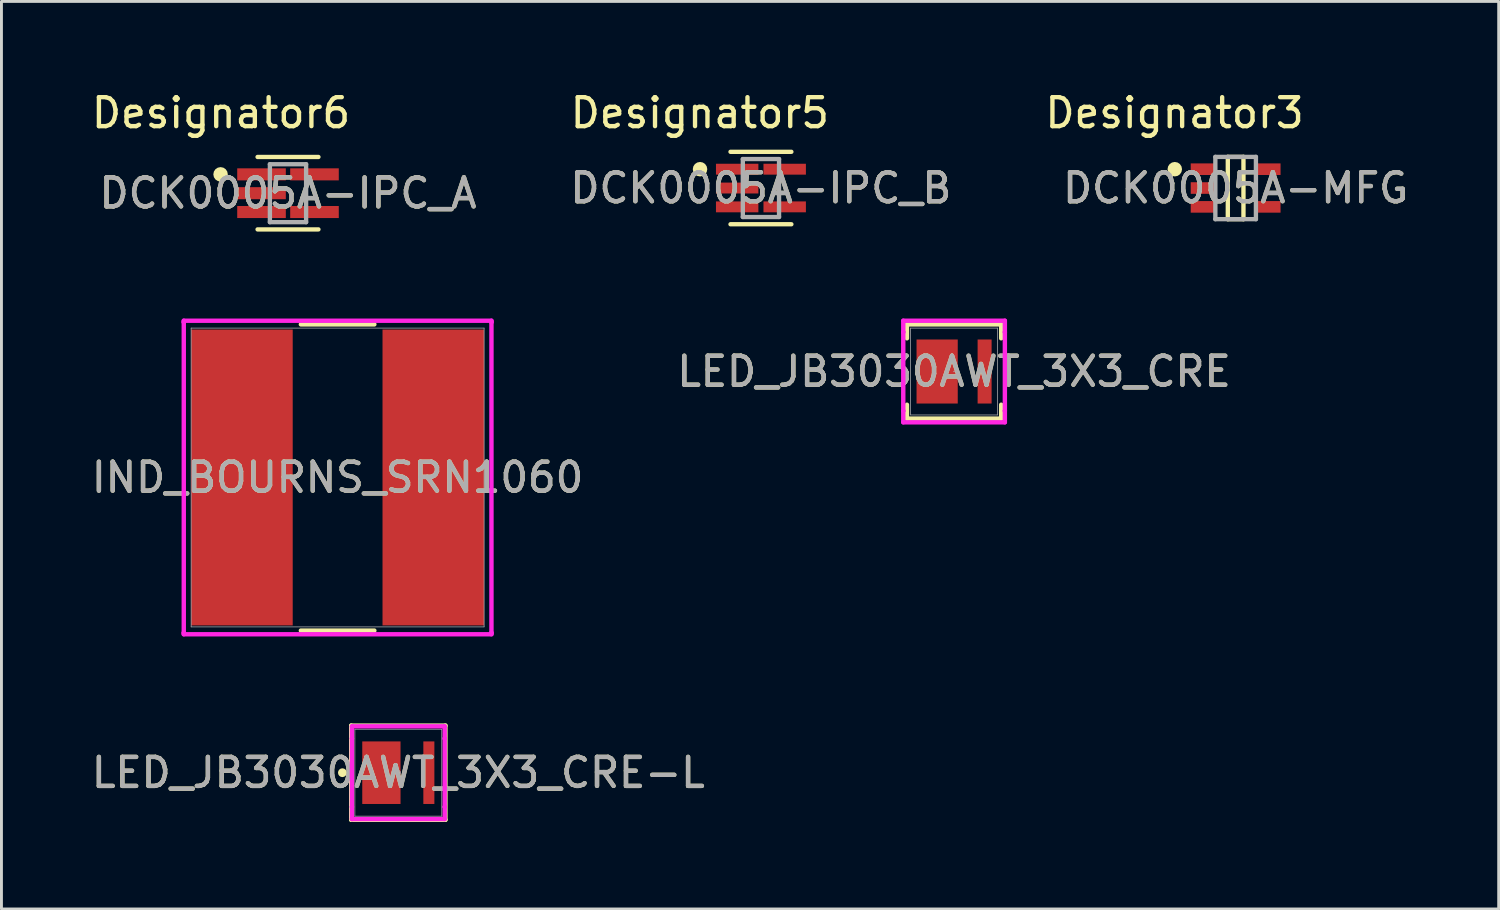
<source format=kicad_pcb>
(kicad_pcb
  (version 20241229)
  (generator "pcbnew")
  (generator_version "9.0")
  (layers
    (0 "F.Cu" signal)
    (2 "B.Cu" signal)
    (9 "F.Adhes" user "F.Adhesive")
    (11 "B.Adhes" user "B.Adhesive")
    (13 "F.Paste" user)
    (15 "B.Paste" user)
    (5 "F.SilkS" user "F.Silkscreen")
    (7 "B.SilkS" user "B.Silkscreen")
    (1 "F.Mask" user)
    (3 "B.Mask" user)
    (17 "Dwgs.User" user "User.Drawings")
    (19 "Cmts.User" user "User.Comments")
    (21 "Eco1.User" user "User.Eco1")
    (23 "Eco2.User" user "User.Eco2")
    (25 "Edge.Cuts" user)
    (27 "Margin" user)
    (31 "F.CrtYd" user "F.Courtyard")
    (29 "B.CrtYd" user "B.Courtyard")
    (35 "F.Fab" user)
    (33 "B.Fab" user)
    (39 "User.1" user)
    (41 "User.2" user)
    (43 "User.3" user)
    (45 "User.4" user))
  (footprint "DCK0005A-MFG"
    (layer "F.Cu")
    (at 39.592 3.439)
    (property "Reference" "DCK0005A-MFG" (at 0 0 0) (unlocked yes) (layer "F.SilkS") (effects (font (size 1 1) (thickness 0.15))))
    (attr smd)
    (fp_line (start -0.27 -1.075) (end 0.27 -1.075) (stroke (width 0.15) (type solid)) (layer "F.SilkS"))
    (fp_line (start -0.27 1.075) (end -0.27 -1.075) (stroke (width 0.15) (type solid)) (layer "F.SilkS"))
    (fp_line (start -0.27 1.075) (end 0.27 1.075) (stroke (width 0.15) (type solid)) (layer "F.SilkS"))
    (fp_line (start 0.27 1.075) (end 0.27 -1.075) (stroke (width 0.15) (type solid)) (layer "F.SilkS"))
    (fp_circle (center -2.1 -0.65) (end -1.975 -0.65) (stroke (width 0.25) (type solid)) (fill no) (layer "F.SilkS"))
    (fp_poly (pts (xy -1.475 0.475) (xy -0.725 0.475) (xy -0.675 0.525) (xy -0.675 0.775) (xy -0.725 0.825) (xy -1.475 0.825) (xy -1.525 0.775) (xy -1.525 0.525)) (stroke (width 0) (type solid)) (fill yes) (layer "F.Paste"))
    (fp_poly (pts (xy -0.675 -0.525) (xy -0.725 -0.475) (xy -1.475 -0.475) (xy -1.525 -0.525) (xy -1.525 -0.775) (xy -1.475 -0.825) (xy -0.725 -0.825) (xy -0.675 -0.775)) (stroke (width 0) (type solid)) (fill yes) (layer "F.Paste"))
    (fp_poly (pts (xy -0.675 -0.125) (xy -0.675 0.125) (xy -0.725 0.175) (xy -1.475 0.175) (xy -1.525 0.125) (xy -1.525 -0.125) (xy -1.475 -0.175) (xy -0.725 -0.175)) (stroke (width 0) (type solid)) (fill yes) (layer "F.Paste"))
    (fp_poly (pts (xy 1.475 -0.475) (xy 0.725 -0.475) (xy 0.675 -0.525) (xy 0.675 -0.775) (xy 0.725 -0.825) (xy 1.475 -0.825) (xy 1.525 -0.775) (xy 1.525 -0.525)) (stroke (width 0) (type solid)) (fill yes) (layer "F.Paste"))
    (fp_poly (pts (xy 1.475 0.475) (xy 1.525 0.525) (xy 1.525 0.775) (xy 1.475 0.825) (xy 0.725 0.825) (xy 0.675 0.775) (xy 0.675 0.525) (xy 0.725 0.475)) (stroke (width 0) (type solid)) (fill yes) (layer "F.Paste"))
    (fp_line (start -0.7 -1.075) (end 0.7 -1.075) (stroke (width 0.15) (type solid)) (layer "F.Fab"))
    (fp_line (start -0.7 1.075) (end -0.7 -1.075) (stroke (width 0.15) (type solid)) (layer "F.Fab"))
    (fp_line (start -0.7 1.075) (end 0.7 1.075) (stroke (width 0.15) (type solid)) (layer "F.Fab"))
    (fp_line (start 0.7 1.075) (end 0.7 -1.075) (stroke (width 0.15) (type solid)) (layer "F.Fab"))
    (fp_text user "Designator3" (at -2.108 -2.591 0) (unlocked yes) (layer "F.SilkS") (effects (font (size 1 1) (thickness 0.15))))
    (fp_text user "${REFERENCE}" (at 0 0 0) (unlocked yes) (layer "F.Fab") (effects (font (size 1 1) (thickness 0.15))))
    (pad "1" smd rect (at -1.1 -0.65) (size 0.9 0.4) (layers "F.Cu" "F.Mask"))
    (pad "2" smd rect (at -1.1 0) (size 0.9 0.4) (layers "F.Cu" "F.Mask"))
    (pad "3" smd rect (at -1.1 0.65) (size 0.9 0.4) (layers "F.Cu" "F.Mask"))
    (pad "4" smd rect (at 1.1 0.65) (size 0.9 0.4) (layers "F.Cu" "F.Mask"))
    (pad "5" smd rect (at 1.1 -0.65) (size 0.9 0.4) (layers "F.Cu" "F.Mask")))
  (footprint "LED_JB3030AWT_3X3_CRE-L"
    (layer "F.Cu")
    (at 10.696 23.616)
    (property "Reference" "LED_JB3030AWT_3X3_CRE-L" (at 0 0 0) (unlocked yes) (layer "F.SilkS") (effects (font (size 1 1) (thickness 0.15))))
    (attr smd)
    (fp_line (start -1.626 -1.626) (end -1.626 1.626) (stroke (width 0.152) (type solid)) (layer "F.SilkS"))
    (fp_line (start -1.626 1.626) (end 1.626 1.626) (stroke (width 0.152) (type solid)) (layer "F.SilkS"))
    (fp_line (start 1.626 -1.626) (end -1.626 -1.626) (stroke (width 0.152) (type solid)) (layer "F.SilkS"))
    (fp_line (start 1.626 1.626) (end 1.626 -1.626) (stroke (width 0.152) (type solid)) (layer "F.SilkS"))
    (fp_circle (center -1.93 0) (end -1.854 0) (stroke (width 0.152) (type solid)) (fill no) (layer "F.SilkS"))
    (fp_line (start -1.6 -1.6) (end 1.6 -1.6) (stroke (width 0.152) (type solid)) (layer "F.CrtYd"))
    (fp_line (start -1.6 -1.181) (end -1.6 -1.6) (stroke (width 0.152) (type solid)) (layer "F.CrtYd"))
    (fp_line (start -1.6 -1.181) (end -1.6 -1.181) (stroke (width 0.152) (type solid)) (layer "F.CrtYd"))
    (fp_line (start -1.6 1.181) (end -1.6 -1.181) (stroke (width 0.152) (type solid)) (layer "F.CrtYd"))
    (fp_line (start -1.6 1.181) (end -1.6 1.181) (stroke (width 0.152) (type solid)) (layer "F.CrtYd"))
    (fp_line (start -1.6 1.6) (end -1.6 1.181) (stroke (width 0.152) (type solid)) (layer "F.CrtYd"))
    (fp_line (start 1.6 -1.6) (end 1.6 -1.181) (stroke (width 0.152) (type solid)) (layer "F.CrtYd"))
    (fp_line (start 1.6 -1.181) (end 1.6 -1.181) (stroke (width 0.152) (type solid)) (layer "F.CrtYd"))
    (fp_line (start 1.6 -1.181) (end 1.6 1.181) (stroke (width 0.152) (type solid)) (layer "F.CrtYd"))
    (fp_line (start 1.6 1.181) (end 1.6 1.181) (stroke (width 0.152) (type solid)) (layer "F.CrtYd"))
    (fp_line (start 1.6 1.181) (end 1.6 1.6) (stroke (width 0.152) (type solid)) (layer "F.CrtYd"))
    (fp_line (start 1.6 1.6) (end -1.6 1.6) (stroke (width 0.152) (type solid)) (layer "F.CrtYd"))
    (fp_line (start -1.499 -1.499) (end -1.499 1.499) (stroke (width 0.025) (type solid)) (layer "F.Fab"))
    (fp_line (start -1.499 1.499) (end 1.499 1.499) (stroke (width 0.025) (type solid)) (layer "F.Fab"))
    (fp_line (start 1.499 -1.499) (end -1.499 -1.499) (stroke (width 0.025) (type solid)) (layer "F.Fab"))
    (fp_line (start 1.499 1.499) (end 1.499 -1.499) (stroke (width 0.025) (type solid)) (layer "F.Fab"))
    (fp_circle (center 0 0) (end 0.076 0) (stroke (width 0.025) (type solid)) (fill no) (layer "F.Fab"))
    (fp_text user "${REFERENCE}" (at 0 0 0) (unlocked yes) (layer "F.Fab") (effects (font (size 1 1) (thickness 0.15))))
    (pad "1" smd rect (at -0.584 0) (size 1.321 2.159) (layers "F.Cu" "F.Mask" "F.Paste"))
    (pad "2" smd rect (at 1.054 0) (size 0.381 2.159) (layers "F.Cu" "F.Mask" "F.Paste")))
  (footprint "DCK0005A-IPC_A"
    (layer "F.Cu")
    (at 6.889 3.617)
    (property "Reference" "DCK0005A-IPC_A" (at 0 0 0) (unlocked yes) (layer "F.SilkS") (effects (font (size 1 1) (thickness 0.15))))
    (attr smd)
    (fp_line (start -1.05 -1.25) (end 1.05 -1.25) (stroke (width 0.15) (type solid)) (layer "F.SilkS"))
    (fp_line (start -1.05 1.25) (end 1.05 1.25) (stroke (width 0.15) (type solid)) (layer "F.SilkS"))
    (fp_circle (center -2.327 -0.65) (end -2.202 -0.65) (stroke (width 0.25) (type solid)) (fill no) (layer "F.SilkS"))
    (fp_line (start -0.625 -1) (end 0.625 -1) (stroke (width 0.15) (type solid)) (layer "F.Fab"))
    (fp_line (start -0.625 1) (end -0.625 -1) (stroke (width 0.15) (type solid)) (layer "F.Fab"))
    (fp_line (start -0.625 1) (end 0.625 1) (stroke (width 0.15) (type solid)) (layer "F.Fab"))
    (fp_line (start 0.625 1) (end 0.625 -1) (stroke (width 0.15) (type solid)) (layer "F.Fab"))
    (fp_text user "Designator6" (at -2.311 -2.769 0) (unlocked yes) (layer "F.SilkS") (effects (font (size 1 1) (thickness 0.15))))
    (fp_text user "${REFERENCE}" (at 0 0 0) (unlocked yes) (layer "F.Fab") (effects (font (size 1 1) (thickness 0.15))))
    (pad "1" smd rect (at -0.914 -0.65) (size 1.677 0.416) (layers "F.Cu" "F.Mask" "F.Paste"))
    (pad "2" smd rect (at -0.914 0) (size 1.677 0.416) (layers "F.Cu" "F.Mask" "F.Paste"))
    (pad "3" smd rect (at -0.914 0.65) (size 1.677 0.416) (layers "F.Cu" "F.Mask" "F.Paste"))
    (pad "4" smd rect (at 0.914 0.65) (size 1.677 0.416) (layers "F.Cu" "F.Mask" "F.Paste"))
    (pad "5" smd rect (at 0.914 -0.65) (size 1.677 0.416) (layers "F.Cu" "F.Mask" "F.Paste")))
  (footprint "IND_BOURNS_SRN1060"
    (layer "F.Cu")
    (at 8.601 13.428)
    (property "Reference" "IND_BOURNS_SRN1060" (at 0 0 0) (unlocked yes) (layer "F.SilkS") (effects (font (size 1 1) (thickness 0.15))))
    (attr smd)
    (fp_line (start -1.268 5.283) (end 1.268 5.283) (stroke (width 0.152) (type solid)) (layer "F.SilkS"))
    (fp_line (start 1.268 -5.283) (end -1.268 -5.283) (stroke (width 0.152) (type solid)) (layer "F.SilkS"))
    (fp_line (start -5.309 -5.41) (end 5.309 -5.41) (stroke (width 0.152) (type solid)) (layer "F.CrtYd"))
    (fp_line (start -5.309 -5.359) (end -5.309 -5.41) (stroke (width 0.152) (type solid)) (layer "F.CrtYd"))
    (fp_line (start -5.309 -5.359) (end -5.309 -5.359) (stroke (width 0.152) (type solid)) (layer "F.CrtYd"))
    (fp_line (start -5.309 5.359) (end -5.309 -5.359) (stroke (width 0.152) (type solid)) (layer "F.CrtYd"))
    (fp_line (start -5.309 5.359) (end -5.309 5.359) (stroke (width 0.152) (type solid)) (layer "F.CrtYd"))
    (fp_line (start -5.309 5.41) (end -5.309 5.359) (stroke (width 0.152) (type solid)) (layer "F.CrtYd"))
    (fp_line (start 5.309 -5.41) (end 5.309 -5.359) (stroke (width 0.152) (type solid)) (layer "F.CrtYd"))
    (fp_line (start 5.309 -5.359) (end 5.309 -5.359) (stroke (width 0.152) (type solid)) (layer "F.CrtYd"))
    (fp_line (start 5.309 -5.359) (end 5.309 5.359) (stroke (width 0.152) (type solid)) (layer "F.CrtYd"))
    (fp_line (start 5.309 5.359) (end 5.309 5.359) (stroke (width 0.152) (type solid)) (layer "F.CrtYd"))
    (fp_line (start 5.309 5.359) (end 5.309 5.41) (stroke (width 0.152) (type solid)) (layer "F.CrtYd"))
    (fp_line (start 5.309 5.41) (end -5.309 5.41) (stroke (width 0.152) (type solid)) (layer "F.CrtYd"))
    (fp_line (start -5.055 -5.156) (end -5.055 5.156) (stroke (width 0.025) (type solid)) (layer "F.Fab"))
    (fp_line (start -5.055 5.156) (end 5.055 5.156) (stroke (width 0.025) (type solid)) (layer "F.Fab"))
    (fp_line (start 5.055 -5.156) (end -5.055 -5.156) (stroke (width 0.025) (type solid)) (layer "F.Fab"))
    (fp_line (start 5.055 5.156) (end 5.055 -5.156) (stroke (width 0.025) (type solid)) (layer "F.Fab"))
    (fp_circle (center -4.978 0) (end -4.978 0) (stroke (width 0.025) (type solid)) (fill no) (layer "F.Fab"))
    (fp_text user "${REFERENCE}" (at 0 0 0) (unlocked yes) (layer "F.Fab") (effects (font (size 1 1) (thickness 0.15))))
    (pad "1" smd rect (at -3.302 0) (size 3.505 10.211) (layers "F.Cu" "F.Mask" "F.Paste"))
    (pad "2" smd rect (at 3.302 0) (size 3.505 10.211) (layers "F.Cu" "F.Mask" "F.Paste"))
    (zone (net_name "") (layer "F.Cu") (hatch full 0.508) (connect_pads) (min_thickness 0.254) (filled_areas_thickness no) (keepout (tracks not_allowed) (vias not_allowed) (pads allowed) (copperpour not_allowed) (footprints allowed)) (placement (enabled no)) (fill) (polygon (pts (xy 7.103 8.323) (xy 10.1 8.323) (xy 10.1 18.534) (xy 7.103 18.534)))))
  (footprint "DCK0005A-IPC_B"
    (layer "F.Cu")
    (at 23.21 3.439)
    (property "Reference" "DCK0005A-IPC_B" (at 0 0 0) (unlocked yes) (layer "F.SilkS") (effects (font (size 1 1) (thickness 0.15))))
    (attr smd)
    (fp_line (start -1.05 -1.25) (end 1.05 -1.25) (stroke (width 0.15) (type solid)) (layer "F.SilkS"))
    (fp_line (start -1.05 1.25) (end 1.05 1.25) (stroke (width 0.15) (type solid)) (layer "F.SilkS"))
    (fp_circle (center -2.102 -0.65) (end -1.977 -0.65) (stroke (width 0.25) (type solid)) (fill no) (layer "F.SilkS"))
    (fp_line (start -0.625 -1) (end 0.625 -1) (stroke (width 0.15) (type solid)) (layer "F.Fab"))
    (fp_line (start -0.625 1) (end -0.625 -1) (stroke (width 0.15) (type solid)) (layer "F.Fab"))
    (fp_line (start -0.625 1) (end 0.625 1) (stroke (width 0.15) (type solid)) (layer "F.Fab"))
    (fp_line (start 0.625 1) (end 0.625 -1) (stroke (width 0.15) (type solid)) (layer "F.Fab"))
    (fp_text user "Designator5" (at -2.108 -2.591 0) (unlocked yes) (layer "F.SilkS") (effects (font (size 1 1) (thickness 0.15))))
    (fp_text user "${REFERENCE}" (at 0 0 0) (unlocked yes) (layer "F.Fab") (effects (font (size 1 1) (thickness 0.15))))
    (pad "1" smd rect (at -0.82 -0.65) (size 1.464 0.376) (layers "F.Cu" "F.Mask" "F.Paste"))
    (pad "2" smd rect (at -0.82 0) (size 1.464 0.376) (layers "F.Cu" "F.Mask" "F.Paste"))
    (pad "3" smd rect (at -0.82 0.65) (size 1.464 0.376) (layers "F.Cu" "F.Mask" "F.Paste"))
    (pad "4" smd rect (at 0.82 0.65) (size 1.464 0.376) (layers "F.Cu" "F.Mask" "F.Paste"))
    (pad "5" smd rect (at 0.82 -0.65) (size 1.464 0.376) (layers "F.Cu" "F.Mask" "F.Paste")))
  (footprint "LED_JB3030AWT_3X3_CRE"
    (layer "F.Cu")
    (at 29.875 9.771)
    (property "Reference" "LED_JB3030AWT_3X3_CRE" (at 0 0 0) (unlocked yes) (layer "F.SilkS") (effects (font (size 1 1) (thickness 0.15))))
    (attr smd)
    (fp_line (start -1.626 -1.626) (end -1.626 -1.146) (stroke (width 0.152) (type solid)) (layer "F.SilkS"))
    (fp_line (start -1.626 1.146) (end -1.626 1.626) (stroke (width 0.152) (type solid)) (layer "F.SilkS"))
    (fp_line (start -1.626 1.626) (end 1.626 1.626) (stroke (width 0.152) (type solid)) (layer "F.SilkS"))
    (fp_line (start 1.626 -1.626) (end -1.626 -1.626) (stroke (width 0.152) (type solid)) (layer "F.SilkS"))
    (fp_line (start 1.626 -1.146) (end 1.626 -1.626) (stroke (width 0.152) (type solid)) (layer "F.SilkS"))
    (fp_line (start 1.626 1.626) (end 1.626 1.146) (stroke (width 0.152) (type solid)) (layer "F.SilkS"))
    (fp_line (start -1.753 -1.753) (end 1.753 -1.753) (stroke (width 0.152) (type solid)) (layer "F.CrtYd"))
    (fp_line (start -1.753 -1.359) (end -1.753 -1.753) (stroke (width 0.152) (type solid)) (layer "F.CrtYd"))
    (fp_line (start -1.753 -1.359) (end -1.753 -1.359) (stroke (width 0.152) (type solid)) (layer "F.CrtYd"))
    (fp_line (start -1.753 1.359) (end -1.753 -1.359) (stroke (width 0.152) (type solid)) (layer "F.CrtYd"))
    (fp_line (start -1.753 1.359) (end -1.753 1.359) (stroke (width 0.152) (type solid)) (layer "F.CrtYd"))
    (fp_line (start -1.753 1.753) (end -1.753 1.359) (stroke (width 0.152) (type solid)) (layer "F.CrtYd"))
    (fp_line (start 1.753 -1.753) (end 1.753 -1.359) (stroke (width 0.152) (type solid)) (layer "F.CrtYd"))
    (fp_line (start 1.753 -1.359) (end 1.753 -1.359) (stroke (width 0.152) (type solid)) (layer "F.CrtYd"))
    (fp_line (start 1.753 -1.359) (end 1.753 1.359) (stroke (width 0.152) (type solid)) (layer "F.CrtYd"))
    (fp_line (start 1.753 1.359) (end 1.753 1.359) (stroke (width 0.152) (type solid)) (layer "F.CrtYd"))
    (fp_line (start 1.753 1.359) (end 1.753 1.753) (stroke (width 0.152) (type solid)) (layer "F.CrtYd"))
    (fp_line (start 1.753 1.753) (end -1.753 1.753) (stroke (width 0.152) (type solid)) (layer "F.CrtYd"))
    (fp_line (start -1.499 -1.499) (end -1.499 1.499) (stroke (width 0.025) (type solid)) (layer "F.Fab"))
    (fp_line (start -1.499 1.499) (end 1.499 1.499) (stroke (width 0.025) (type solid)) (layer "F.Fab"))
    (fp_line (start 1.499 -1.499) (end -1.499 -1.499) (stroke (width 0.025) (type solid)) (layer "F.Fab"))
    (fp_line (start 1.499 1.499) (end 1.499 -1.499) (stroke (width 0.025) (type solid)) (layer "F.Fab"))
    (fp_circle (center 0 0) (end 0 0) (stroke (width 0.025) (type solid)) (fill no) (layer "F.Fab"))
    (fp_text user "${REFERENCE}" (at 0 0 0) (unlocked yes) (layer "F.Fab") (effects (font (size 1 1) (thickness 0.15))))
    (pad "1" smd rect (at -0.584 0) (size 1.422 2.21) (layers "F.Cu" "F.Mask" "F.Paste"))
    (pad "2" smd rect (at 1.054 0) (size 0.483 2.21) (layers "F.Cu" "F.Mask" "F.Paste")))
  (gr_rect
    (start -3 -3)
    (end 48.67 28.318)
    (stroke (width 0.1) (type default))
    (fill no)
    (layer "Edge.Cuts")))
</source>
